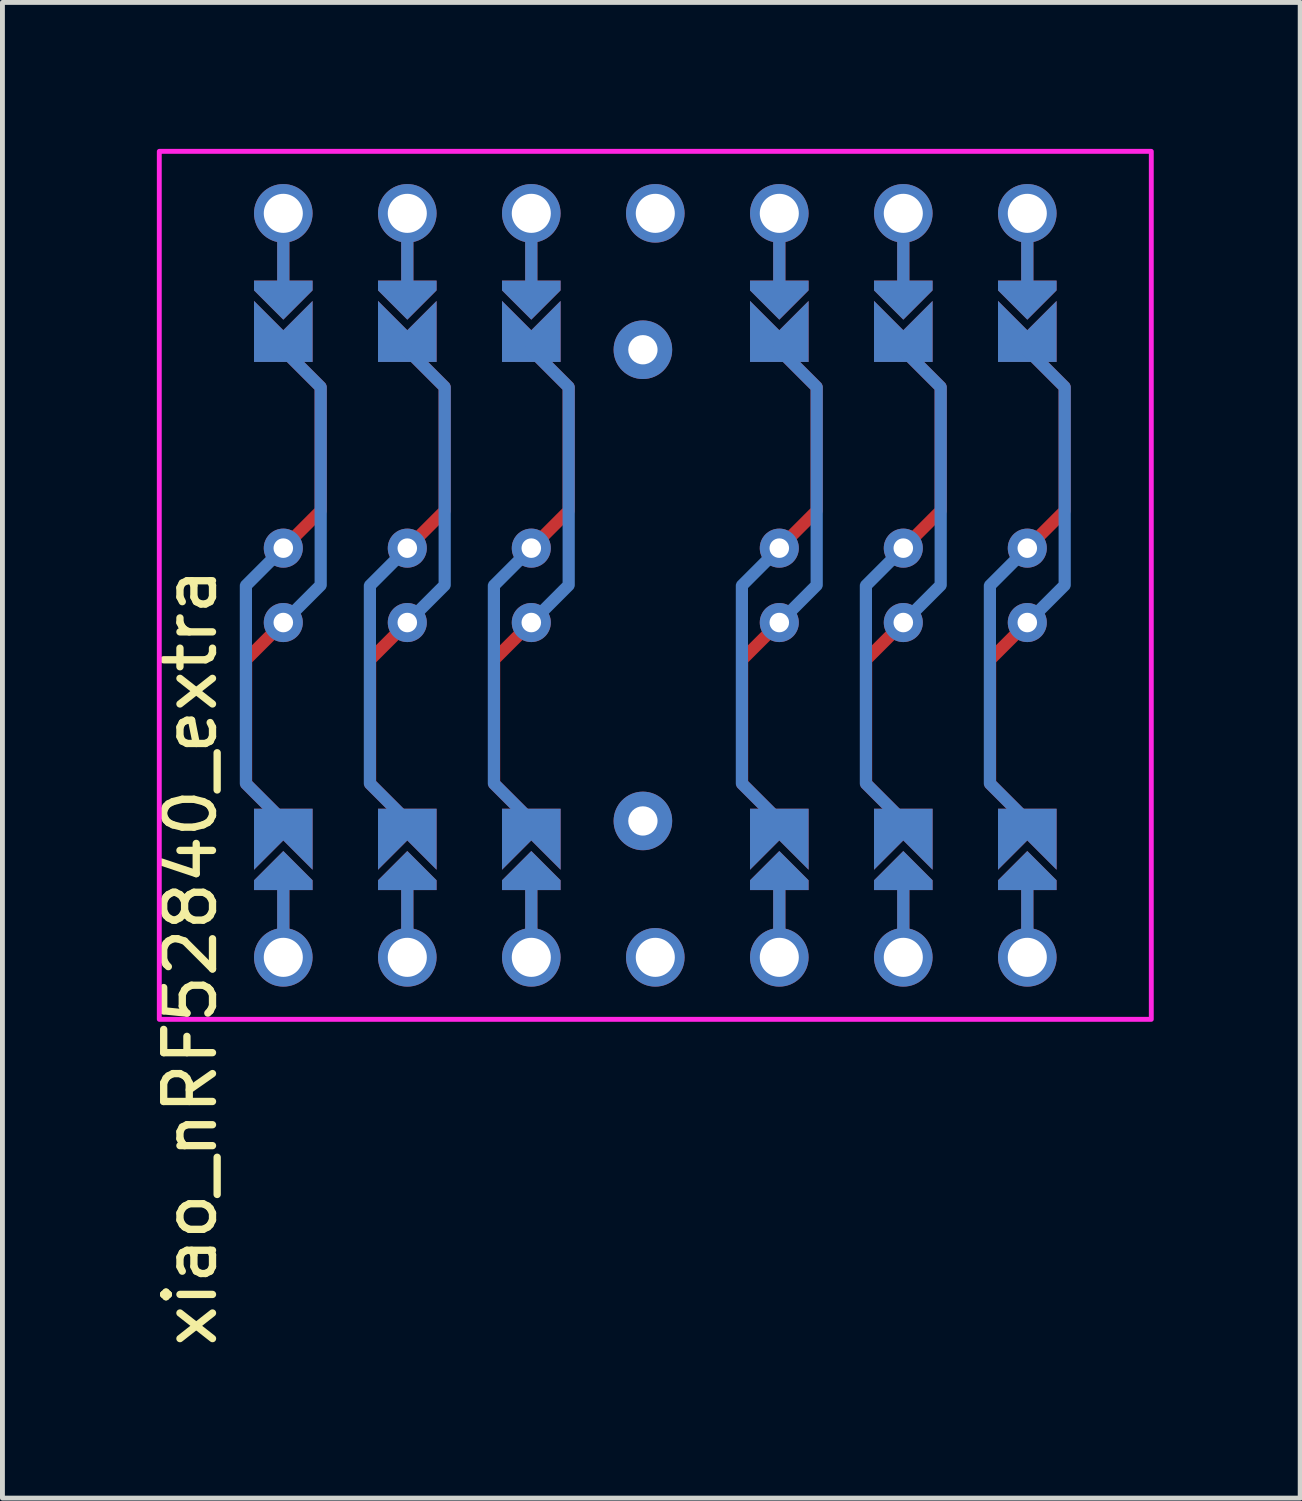
<source format=kicad_pcb>
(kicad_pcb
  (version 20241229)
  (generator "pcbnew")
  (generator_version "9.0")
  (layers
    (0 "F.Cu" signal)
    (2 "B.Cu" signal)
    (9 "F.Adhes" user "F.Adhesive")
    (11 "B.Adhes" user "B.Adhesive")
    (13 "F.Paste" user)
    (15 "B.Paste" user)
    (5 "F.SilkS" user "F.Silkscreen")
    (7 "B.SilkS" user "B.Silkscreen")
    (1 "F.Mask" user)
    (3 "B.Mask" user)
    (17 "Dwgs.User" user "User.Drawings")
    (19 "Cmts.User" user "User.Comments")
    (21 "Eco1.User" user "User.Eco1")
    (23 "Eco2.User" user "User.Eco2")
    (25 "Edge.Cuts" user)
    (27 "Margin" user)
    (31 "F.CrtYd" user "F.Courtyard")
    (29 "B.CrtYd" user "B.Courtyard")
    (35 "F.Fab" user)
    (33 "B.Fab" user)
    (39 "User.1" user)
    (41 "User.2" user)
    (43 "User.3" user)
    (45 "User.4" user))
  (footprint "xiao_nRF52840_extra"
    (layer "F.Cu")
    (at 10.373 8.94)
    (property "Reference" "xiao_nRF52840_extra" (at -9.525 7.62 90) (layer "F.SilkS") (effects (font (size 1 1) (thickness 0.15))))
    (attr through_hole)
    (fp_circle (center -7.62 -0.762) (end -7.495 -0.762) (stroke (width 0.25) (type solid)) (fill no) (layer "F.Mask"))
    (fp_circle (center -7.62 0.762) (end -7.495 0.762) (stroke (width 0.25) (type solid)) (fill no) (layer "F.Mask"))
    (fp_circle (center -5.08 -0.762) (end -4.955 -0.762) (stroke (width 0.25) (type solid)) (fill no) (layer "F.Mask"))
    (fp_circle (center -5.08 0.762) (end -4.955 0.762) (stroke (width 0.25) (type solid)) (fill no) (layer "F.Mask"))
    (fp_circle (center -2.54 -0.762) (end -2.415 -0.762) (stroke (width 0.25) (type solid)) (fill no) (layer "F.Mask"))
    (fp_circle (center -2.54 0.762) (end -2.415 0.762) (stroke (width 0.25) (type solid)) (fill no) (layer "F.Mask"))
    (fp_circle (center 2.54 -0.762) (end 2.665 -0.762) (stroke (width 0.25) (type solid)) (fill no) (layer "F.Mask"))
    (fp_circle (center 2.54 0.762) (end 2.665 0.762) (stroke (width 0.25) (type solid)) (fill no) (layer "F.Mask"))
    (fp_circle (center 5.08 -0.762) (end 5.205 -0.762) (stroke (width 0.25) (type solid)) (fill no) (layer "F.Mask"))
    (fp_circle (center 5.08 0.762) (end 5.205 0.762) (stroke (width 0.25) (type solid)) (fill no) (layer "F.Mask"))
    (fp_circle (center 7.62 -0.762) (end 7.745 -0.762) (stroke (width 0.25) (type solid)) (fill no) (layer "F.Mask"))
    (fp_circle (center 7.62 0.762) (end 7.745 0.762) (stroke (width 0.25) (type solid)) (fill no) (layer "F.Mask"))
    (fp_poly (pts (xy -8.128 5.08) (xy -7.112 5.08) (xy -7.112 6.096) (xy -8.128 6.096)) (stroke (width 0.1) (type solid)) (fill yes) (layer "F.Mask"))
    (fp_poly (pts (xy -7.112 -5.08) (xy -8.128 -5.08) (xy -8.128 -6.096) (xy -7.112 -6.096)) (stroke (width 0.1) (type solid)) (fill yes) (layer "F.Mask"))
    (fp_poly (pts (xy -5.588 5.08) (xy -4.572 5.08) (xy -4.572 6.096) (xy -5.588 6.096)) (stroke (width 0.1) (type solid)) (fill yes) (layer "F.Mask"))
    (fp_poly (pts (xy -4.572 -5.08) (xy -5.588 -5.08) (xy -5.588 -6.096) (xy -4.572 -6.096)) (stroke (width 0.1) (type solid)) (fill yes) (layer "F.Mask"))
    (fp_poly (pts (xy -3.048 5.08) (xy -2.032 5.08) (xy -2.032 6.096) (xy -3.048 6.096)) (stroke (width 0.1) (type solid)) (fill yes) (layer "F.Mask"))
    (fp_poly (pts (xy -3.048 5.08) (xy -2.032 5.08) (xy -2.032 6.096) (xy -3.048 6.096)) (stroke (width 0.1) (type solid)) (fill yes) (layer "F.Mask"))
    (fp_poly (pts (xy -2.032 -5.08) (xy -3.048 -5.08) (xy -3.048 -6.096) (xy -2.032 -6.096)) (stroke (width 0.1) (type solid)) (fill yes) (layer "F.Mask"))
    (fp_poly (pts (xy 2.032 5.08) (xy 3.048 5.08) (xy 3.048 6.096) (xy 2.032 6.096)) (stroke (width 0.1) (type solid)) (fill yes) (layer "F.Mask"))
    (fp_poly (pts (xy 3.048 -5.08) (xy 2.032 -5.08) (xy 2.032 -6.096) (xy 3.048 -6.096)) (stroke (width 0.1) (type solid)) (fill yes) (layer "F.Mask"))
    (fp_poly (pts (xy 4.572 5.08) (xy 5.588 5.08) (xy 5.588 6.096) (xy 4.572 6.096)) (stroke (width 0.1) (type solid)) (fill yes) (layer "F.Mask"))
    (fp_poly (pts (xy 5.588 -5.08) (xy 4.572 -5.08) (xy 4.572 -6.096) (xy 5.588 -6.096)) (stroke (width 0.1) (type solid)) (fill yes) (layer "F.Mask"))
    (fp_poly (pts (xy 7.112 5.08) (xy 8.128 5.08) (xy 8.128 6.096) (xy 7.112 6.096)) (stroke (width 0.1) (type solid)) (fill yes) (layer "F.Mask"))
    (fp_poly (pts (xy 8.128 -5.08) (xy 7.112 -5.08) (xy 7.112 -6.096) (xy 8.128 -6.096)) (stroke (width 0.1) (type solid)) (fill yes) (layer "F.Mask"))
    (fp_circle (center -7.62 -0.762) (end -7.495 -0.762) (stroke (width 0.25) (type solid)) (fill no) (layer "B.Mask"))
    (fp_circle (center -7.62 0.762) (end -7.495 0.762) (stroke (width 0.25) (type solid)) (fill no) (layer "B.Mask"))
    (fp_circle (center -5.08 -0.762) (end -4.955 -0.762) (stroke (width 0.25) (type solid)) (fill no) (layer "B.Mask"))
    (fp_circle (center -5.08 0.762) (end -4.955 0.762) (stroke (width 0.25) (type solid)) (fill no) (layer "B.Mask"))
    (fp_circle (center -2.54 -0.762) (end -2.415 -0.762) (stroke (width 0.25) (type solid)) (fill no) (layer "B.Mask"))
    (fp_circle (center -2.54 0.762) (end -2.415 0.762) (stroke (width 0.25) (type solid)) (fill no) (layer "B.Mask"))
    (fp_circle (center 2.54 -0.762) (end 2.665 -0.762) (stroke (width 0.25) (type solid)) (fill no) (layer "B.Mask"))
    (fp_circle (center 2.54 0.762) (end 2.665 0.762) (stroke (width 0.25) (type solid)) (fill no) (layer "B.Mask"))
    (fp_circle (center 5.08 -0.762) (end 5.205 -0.762) (stroke (width 0.25) (type solid)) (fill no) (layer "B.Mask"))
    (fp_circle (center 5.08 0.762) (end 5.205 0.762) (stroke (width 0.25) (type solid)) (fill no) (layer "B.Mask"))
    (fp_circle (center 7.62 -0.762) (end 7.745 -0.762) (stroke (width 0.25) (type solid)) (fill no) (layer "B.Mask"))
    (fp_circle (center 7.62 0.762) (end 7.745 0.762) (stroke (width 0.25) (type solid)) (fill no) (layer "B.Mask"))
    (fp_poly (pts (xy -8.128 5.08) (xy -7.112 5.08) (xy -7.112 6.096) (xy -8.128 6.096)) (stroke (width 0.1) (type solid)) (fill yes) (layer "B.Mask"))
    (fp_poly (pts (xy -7.112 -5.08) (xy -8.128 -5.08) (xy -8.128 -6.096) (xy -7.112 -6.096)) (stroke (width 0.1) (type solid)) (fill yes) (layer "B.Mask"))
    (fp_poly (pts (xy -5.588 5.08) (xy -4.572 5.08) (xy -4.572 6.096) (xy -5.588 6.096)) (stroke (width 0.1) (type solid)) (fill yes) (layer "B.Mask"))
    (fp_poly (pts (xy -4.572 -5.08) (xy -5.588 -5.08) (xy -5.588 -6.096) (xy -4.572 -6.096)) (stroke (width 0.1) (type solid)) (fill yes) (layer "B.Mask"))
    (fp_poly (pts (xy -3.048 5.08) (xy -2.032 5.08) (xy -2.032 6.096) (xy -3.048 6.096)) (stroke (width 0.1) (type solid)) (fill yes) (layer "B.Mask"))
    (fp_poly (pts (xy -3.048 5.08) (xy -2.032 5.08) (xy -2.032 6.096) (xy -3.048 6.096)) (stroke (width 0.1) (type solid)) (fill yes) (layer "B.Mask"))
    (fp_poly (pts (xy -2.032 -5.08) (xy -3.048 -5.08) (xy -3.048 -6.096) (xy -2.032 -6.096)) (stroke (width 0.1) (type solid)) (fill yes) (layer "B.Mask"))
    (fp_poly (pts (xy 2.032 5.08) (xy 3.048 5.08) (xy 3.048 6.096) (xy 2.032 6.096)) (stroke (width 0.1) (type solid)) (fill yes) (layer "B.Mask"))
    (fp_poly (pts (xy 3.048 -5.08) (xy 2.032 -5.08) (xy 2.032 -6.096) (xy 3.048 -6.096)) (stroke (width 0.1) (type solid)) (fill yes) (layer "B.Mask"))
    (fp_poly (pts (xy 4.572 5.08) (xy 5.588 5.08) (xy 5.588 6.096) (xy 4.572 6.096)) (stroke (width 0.1) (type solid)) (fill yes) (layer "B.Mask"))
    (fp_poly (pts (xy 5.588 -5.08) (xy 4.572 -5.08) (xy 4.572 -6.096) (xy 5.588 -6.096)) (stroke (width 0.1) (type solid)) (fill yes) (layer "B.Mask"))
    (fp_poly (pts (xy 7.112 5.08) (xy 8.128 5.08) (xy 8.128 6.096) (xy 7.112 6.096)) (stroke (width 0.1) (type solid)) (fill yes) (layer "B.Mask"))
    (fp_poly (pts (xy 8.128 -5.08) (xy 7.112 -5.08) (xy 7.112 -6.096) (xy 8.128 -6.096)) (stroke (width 0.1) (type solid)) (fill yes) (layer "B.Mask"))
    (fp_rect (start -10.16 -8.89) (end 10.16 8.89) (stroke (width 0.1) (type default)) (fill no) (layer "F.CrtYd"))
    (pad "1" smd custom (at -7.62 -4.826) (size 1.2 0.5) (layers "B.Cu" "B.Mask") (options (anchor rect)) (primitives (gr_poly (pts (xy 0.6 0) (xy -0.6 0) (xy -0.6 -1) (xy 0 -0.4) (xy 0.6 -1)) (width 0) (fill yes))))
    (pad "1" smd custom (at -7.62 0.762 180) (size 0.25 0.25) (layers "F.Cu") (options (anchor circle)) (primitives (gr_line (start 0 0) (end 0.762 -0.762) (width 0.25)) (gr_line (start 0.762 -0.762) (end 0.762 -3.302) (width 0.25)) (gr_line (start 0.762 -3.302) (end 0 -4.064) (width 0.25))))
    (pad "1" smd custom (at -7.62 0.762 180) (size 0.25 0.25) (layers "B.Cu") (options (anchor circle)) (primitives (gr_line (start 0 0) (end -0.766 0.766) (width 0.25)) (gr_line (start -0.766 0.766) (end -0.766 4.822) (width 0.25)) (gr_line (start -0.766 4.822) (end 0 5.588) (width 0.25))))
    (pad "1" thru_hole circle (at -7.62 0.762 180) (size 0.8 0.8) (drill 0.4) (layers "*.Cu"))
    (pad "1" smd custom (at -7.62 4.826 180) (size 1.2 0.5) (layers "F.Cu" "F.Mask") (options (anchor rect)) (primitives (gr_poly (pts (xy 0.6 0) (xy -0.6 0) (xy -0.6 -1) (xy 0 -0.4) (xy 0.6 -1)) (width 0) (fill yes))))
    (pad "2" smd custom (at -5.08 -4.826) (size 1.2 0.5) (layers "B.Cu" "B.Mask") (options (anchor rect)) (primitives (gr_poly (pts (xy 0.6 0) (xy -0.6 0) (xy -0.6 -1) (xy 0 -0.4) (xy 0.6 -1)) (width 0) (fill yes))))
    (pad "2" smd custom (at -5.08 0.762 180) (size 0.25 0.25) (layers "F.Cu") (options (anchor circle)) (primitives (gr_line (start 0 0) (end 0.762 -0.762) (width 0.25)) (gr_line (start 0.762 -0.762) (end 0.762 -3.302) (width 0.25)) (gr_line (start 0.762 -3.302) (end 0 -4.064) (width 0.25))))
    (pad "2" smd custom (at -5.08 0.762 180) (size 0.25 0.25) (layers "B.Cu") (options (anchor circle)) (primitives (gr_line (start 0 0) (end -0.766 0.766) (width 0.25)) (gr_line (start -0.766 0.766) (end -0.766 4.822) (width 0.25)) (gr_line (start -0.766 4.822) (end 0 5.588) (width 0.25))))
    (pad "2" thru_hole circle (at -5.08 0.762 180) (size 0.8 0.8) (drill 0.4) (layers "*.Cu"))
    (pad "2" smd custom (at -5.08 4.826 180) (size 1.2 0.5) (layers "F.Cu" "F.Mask") (options (anchor rect)) (primitives (gr_poly (pts (xy 0.6 0) (xy -0.6 0) (xy -0.6 -1) (xy 0 -0.4) (xy 0.6 -1)) (width 0) (fill yes))))
    (pad "3" smd custom (at -2.54 -4.826) (size 1.2 0.5) (layers "B.Cu" "B.Mask") (options (anchor rect)) (primitives (gr_poly (pts (xy 0.6 0) (xy -0.6 0) (xy -0.6 -1) (xy 0 -0.4) (xy 0.6 -1)) (width 0) (fill yes))))
    (pad "3" smd custom (at -2.54 0.762 180) (size 0.25 0.25) (layers "F.Cu") (options (anchor circle)) (primitives (gr_line (start 0 0) (end 0.762 -0.762) (width 0.25)) (gr_line (start 0.762 -0.762) (end 0.762 -3.302) (width 0.25)) (gr_line (start 0.762 -3.302) (end 0 -4.064) (width 0.25))))
    (pad "3" smd custom (at -2.54 0.762 180) (size 0.25 0.25) (layers "B.Cu") (options (anchor circle)) (primitives (gr_line (start 0 0) (end -0.766 0.766) (width 0.25)) (gr_line (start -0.766 0.766) (end -0.766 4.822) (width 0.25)) (gr_line (start -0.766 4.822) (end 0 5.588) (width 0.25))))
    (pad "3" thru_hole circle (at -2.54 0.762 180) (size 0.8 0.8) (drill 0.4) (layers "*.Cu"))
    (pad "3" smd custom (at -2.54 4.826 180) (size 1.2 0.5) (layers "F.Cu" "F.Mask") (options (anchor rect)) (primitives (gr_poly (pts (xy 0.6 0) (xy -0.6 0) (xy -0.6 -1) (xy 0 -0.4) (xy 0.6 -1)) (width 0) (fill yes))))
    (pad "5" smd custom (at 2.54 -4.826) (size 1.2 0.5) (layers "B.Cu" "B.Mask") (options (anchor rect)) (primitives (gr_poly (pts (xy 0.6 0) (xy -0.6 0) (xy -0.6 -1) (xy 0 -0.4) (xy 0.6 -1)) (width 0) (fill yes))))
    (pad "5" smd custom (at 2.54 0.762 180) (size 0.25 0.25) (layers "F.Cu") (options (anchor circle)) (primitives (gr_line (start 0 0) (end 0.762 -0.762) (width 0.25)) (gr_line (start 0.762 -0.762) (end 0.762 -3.302) (width 0.25)) (gr_line (start 0.762 -3.302) (end 0 -4.064) (width 0.25))))
    (pad "5" smd custom (at 2.54 0.762 180) (size 0.25 0.25) (layers "B.Cu") (options (anchor circle)) (primitives (gr_line (start 0 0) (end -0.766 0.766) (width 0.25)) (gr_line (start -0.766 0.766) (end -0.766 4.822) (width 0.25)) (gr_line (start -0.766 4.822) (end 0 5.588) (width 0.25))))
    (pad "5" thru_hole circle (at 2.54 0.762 180) (size 0.8 0.8) (drill 0.4) (layers "*.Cu"))
    (pad "5" smd custom (at 2.54 4.826 180) (size 1.2 0.5) (layers "F.Cu" "F.Mask") (options (anchor rect)) (primitives (gr_poly (pts (xy 0.6 0) (xy -0.6 0) (xy -0.6 -1) (xy 0 -0.4) (xy 0.6 -1)) (width 0) (fill yes))))
    (pad "6" smd custom (at 5.08 -4.826) (size 1.2 0.5) (layers "B.Cu" "B.Mask") (options (anchor rect)) (primitives (gr_poly (pts (xy 0.6 0) (xy -0.6 0) (xy -0.6 -1) (xy 0 -0.4) (xy 0.6 -1)) (width 0) (fill yes))))
    (pad "6" smd custom (at 5.08 0.762 180) (size 0.25 0.25) (layers "F.Cu") (options (anchor circle)) (primitives (gr_line (start 0 0) (end 0.762 -0.762) (width 0.25)) (gr_line (start 0.762 -0.762) (end 0.762 -3.302) (width 0.25)) (gr_line (start 0.762 -3.302) (end 0 -4.064) (width 0.25))))
    (pad "6" smd custom (at 5.08 0.762 180) (size 0.25 0.25) (layers "B.Cu") (options (anchor circle)) (primitives (gr_line (start 0 0) (end -0.766 0.766) (width 0.25)) (gr_line (start -0.766 0.766) (end -0.766 4.822) (width 0.25)) (gr_line (start -0.766 4.822) (end 0 5.588) (width 0.25))))
    (pad "6" thru_hole circle (at 5.08 0.762 180) (size 0.8 0.8) (drill 0.4) (layers "*.Cu"))
    (pad "6" smd custom (at 5.08 4.826 180) (size 1.2 0.5) (layers "F.Cu" "F.Mask") (options (anchor rect)) (primitives (gr_poly (pts (xy 0.6 0) (xy -0.6 0) (xy -0.6 -1) (xy 0 -0.4) (xy 0.6 -1)) (width 0) (fill yes))))
    (pad "7" smd custom (at 7.62 -4.826) (size 1.2 0.5) (layers "B.Cu" "B.Mask") (options (anchor rect)) (primitives (gr_poly (pts (xy 0.6 0) (xy -0.6 0) (xy -0.6 -1) (xy 0 -0.4) (xy 0.6 -1)) (width 0) (fill yes))))
    (pad "7" smd custom (at 7.62 0.762 180) (size 0.25 0.25) (layers "F.Cu") (options (anchor circle)) (primitives (gr_line (start 0 0) (end 0.762 -0.762) (width 0.25)) (gr_line (start 0.762 -0.762) (end 0.762 -3.302) (width 0.25)) (gr_line (start 0.762 -3.302) (end 0 -4.064) (width 0.25))))
    (pad "7" smd custom (at 7.62 0.762 180) (size 0.25 0.25) (layers "B.Cu") (options (anchor circle)) (primitives (gr_line (start 0 0) (end -0.766 0.766) (width 0.25)) (gr_line (start -0.766 0.766) (end -0.766 4.822) (width 0.25)) (gr_line (start -0.766 4.822) (end 0 5.588) (width 0.25))))
    (pad "7" thru_hole circle (at 7.62 0.762 180) (size 0.8 0.8) (drill 0.4) (layers "*.Cu"))
    (pad "7" smd custom (at 7.62 4.826 180) (size 1.2 0.5) (layers "F.Cu" "F.Mask") (options (anchor rect)) (primitives (gr_poly (pts (xy 0.6 0) (xy -0.6 0) (xy -0.6 -1) (xy 0 -0.4) (xy 0.6 -1)) (width 0) (fill yes))))
    (pad "8" smd custom (at 7.62 -4.826) (size 1.2 0.5) (layers "F.Cu" "F.Mask") (options (anchor rect)) (primitives (gr_poly (pts (xy 0.6 0) (xy -0.6 0) (xy -0.6 -1) (xy 0 -0.4) (xy 0.6 -1)) (width 0) (fill yes))))
    (pad "8" smd custom (at 7.62 -0.762) (size 0.25 0.25) (layers "F.Cu") (options (anchor circle)) (primitives (gr_line (start 0 0) (end 0.766 -0.766) (width 0.25)) (gr_line (start 0.766 -0.766) (end 0.766 -3.298) (width 0.25)) (gr_line (start 0.766 -3.298) (end 0 -4.064) (width 0.25))))
    (pad "8" smd custom (at 7.62 -0.762) (size 0.25 0.25) (layers "B.Cu") (options (anchor circle)) (primitives (gr_line (start 0 0) (end -0.766 0.766) (width 0.25)) (gr_line (start -0.766 0.766) (end -0.766 4.822) (width 0.25)) (gr_line (start -0.766 4.822) (end 0 5.588) (width 0.25))))
    (pad "8" thru_hole circle (at 7.62 -0.762 180) (size 0.8 0.8) (drill 0.4) (layers "*.Cu"))
    (pad "8" smd custom (at 7.62 4.826 180) (size 1.2 0.5) (layers "B.Cu" "B.Mask") (options (anchor rect)) (primitives (gr_poly (pts (xy 0.6 0) (xy -0.6 0) (xy -0.6 -1) (xy 0 -0.4) (xy 0.6 -1)) (width 0) (fill yes))))
    (pad "9" smd custom (at 5.08 -4.826) (size 1.2 0.5) (layers "F.Cu" "F.Mask") (options (anchor rect)) (primitives (gr_poly (pts (xy 0.6 0) (xy -0.6 0) (xy -0.6 -1) (xy 0 -0.4) (xy 0.6 -1)) (width 0) (fill yes))))
    (pad "9" smd custom (at 5.08 -0.762) (size 0.25 0.25) (layers "F.Cu") (options (anchor circle)) (primitives (gr_line (start 0 0) (end 0.766 -0.766) (width 0.25)) (gr_line (start 0.766 -0.766) (end 0.766 -3.298) (width 0.25)) (gr_line (start 0.766 -3.298) (end 0 -4.064) (width 0.25))))
    (pad "9" smd custom (at 5.08 -0.762) (size 0.25 0.25) (layers "B.Cu") (options (anchor circle)) (primitives (gr_line (start 0 0) (end -0.766 0.766) (width 0.25)) (gr_line (start -0.766 0.766) (end -0.766 4.822) (width 0.25)) (gr_line (start -0.766 4.822) (end 0 5.588) (width 0.25))))
    (pad "9" thru_hole circle (at 5.08 -0.762 180) (size 0.8 0.8) (drill 0.4) (layers "*.Cu"))
    (pad "9" smd custom (at 5.08 4.826 180) (size 1.2 0.5) (layers "B.Cu" "B.Mask") (options (anchor rect)) (primitives (gr_poly (pts (xy 0.6 0) (xy -0.6 0) (xy -0.6 -1) (xy 0 -0.4) (xy 0.6 -1)) (width 0) (fill yes))))
    (pad "10" smd custom (at 2.54 -4.826) (size 1.2 0.5) (layers "F.Cu" "F.Mask") (options (anchor rect)) (primitives (gr_poly (pts (xy 0.6 0) (xy -0.6 0) (xy -0.6 -1) (xy 0 -0.4) (xy 0.6 -1)) (width 0) (fill yes))))
    (pad "10" smd custom (at 2.54 -0.762) (size 0.25 0.25) (layers "F.Cu") (options (anchor circle)) (primitives (gr_line (start 0 0) (end 0.766 -0.766) (width 0.25)) (gr_line (start 0.766 -0.766) (end 0.766 -3.298) (width 0.25)) (gr_line (start 0.766 -3.298) (end 0 -4.064) (width 0.25))))
    (pad "10" smd custom (at 2.54 -0.762) (size 0.25 0.25) (layers "B.Cu") (options (anchor circle)) (primitives (gr_line (start 0 0) (end -0.766 0.766) (width 0.25)) (gr_line (start -0.766 0.766) (end -0.766 4.822) (width 0.25)) (gr_line (start -0.766 4.822) (end 0 5.588) (width 0.25))))
    (pad "10" thru_hole circle (at 2.54 -0.762 180) (size 0.8 0.8) (drill 0.4) (layers "*.Cu"))
    (pad "10" smd custom (at 2.54 4.826 180) (size 1.2 0.5) (layers "B.Cu" "B.Mask") (options (anchor rect)) (primitives (gr_poly (pts (xy 0.6 0) (xy -0.6 0) (xy -0.6 -1) (xy 0 -0.4) (xy 0.6 -1)) (width 0) (fill yes))))
    (pad "12" smd custom (at -2.54 -4.826) (size 1.2 0.5) (layers "F.Cu" "F.Mask") (options (anchor rect)) (primitives (gr_poly (pts (xy 0.6 0) (xy -0.6 0) (xy -0.6 -1) (xy 0 -0.4) (xy 0.6 -1)) (width 0) (fill yes))))
    (pad "12" smd custom (at -2.54 -0.762) (size 0.25 0.25) (layers "F.Cu") (options (anchor circle)) (primitives (gr_line (start 0 0) (end 0.766 -0.766) (width 0.25)) (gr_line (start 0.766 -0.766) (end 0.766 -3.298) (width 0.25)) (gr_line (start 0.766 -3.298) (end 0 -4.064) (width 0.25))))
    (pad "12" smd custom (at -2.54 -0.762) (size 0.25 0.25) (layers "B.Cu") (options (anchor circle)) (primitives (gr_line (start 0 0) (end -0.766 0.766) (width 0.25)) (gr_line (start -0.766 0.766) (end -0.766 4.822) (width 0.25)) (gr_line (start -0.766 4.822) (end 0 5.588) (width 0.25))))
    (pad "12" thru_hole circle (at -2.54 -0.762 180) (size 0.8 0.8) (drill 0.4) (layers "*.Cu"))
    (pad "12" smd custom (at -2.54 4.826 180) (size 1.2 0.5) (layers "B.Cu" "B.Mask") (options (anchor rect)) (primitives (gr_poly (pts (xy 0.6 0) (xy -0.6 0) (xy -0.6 -1) (xy 0 -0.4) (xy 0.6 -1)) (width 0) (fill yes))))
    (pad "13" smd custom (at -5.08 -4.826) (size 1.2 0.5) (layers "F.Cu" "F.Mask") (options (anchor rect)) (primitives (gr_poly (pts (xy 0.6 0) (xy -0.6 0) (xy -0.6 -1) (xy 0 -0.4) (xy 0.6 -1)) (width 0) (fill yes))))
    (pad "13" smd custom (at -5.08 -0.762) (size 0.25 0.25) (layers "F.Cu") (options (anchor circle)) (primitives (gr_line (start 0 0) (end 0.766 -0.766) (width 0.25)) (gr_line (start 0.766 -0.766) (end 0.766 -3.298) (width 0.25)) (gr_line (start 0.766 -3.298) (end 0 -4.064) (width 0.25))))
    (pad "13" smd custom (at -5.08 -0.762) (size 0.25 0.25) (layers "B.Cu") (options (anchor circle)) (primitives (gr_line (start 0 0) (end -0.766 0.766) (width 0.25)) (gr_line (start -0.766 0.766) (end -0.766 4.822) (width 0.25)) (gr_line (start -0.766 4.822) (end 0 5.588) (width 0.25))))
    (pad "13" thru_hole circle (at -5.08 -0.762 180) (size 0.8 0.8) (drill 0.4) (layers "*.Cu"))
    (pad "13" smd custom (at -5.08 4.826 180) (size 1.2 0.5) (layers "B.Cu" "B.Mask") (options (anchor rect)) (primitives (gr_poly (pts (xy 0.6 0) (xy -0.6 0) (xy -0.6 -1) (xy 0 -0.4) (xy 0.6 -1)) (width 0) (fill yes))))
    (pad "14" smd custom (at -7.62 -4.826) (size 1.2 0.5) (layers "F.Cu" "F.Mask") (options (anchor rect)) (primitives (gr_poly (pts (xy 0.6 0) (xy -0.6 0) (xy -0.6 -1) (xy 0 -0.4) (xy 0.6 -1)) (width 0) (fill yes))))
    (pad "14" smd custom (at -7.62 -0.762) (size 0.25 0.25) (layers "F.Cu") (options (anchor circle)) (primitives (gr_line (start 0 0) (end 0.766 -0.766) (width 0.25)) (gr_line (start 0.766 -0.766) (end 0.766 -3.298) (width 0.25)) (gr_line (start 0.766 -3.298) (end 0 -4.064) (width 0.25))))
    (pad "14" smd custom (at -7.62 -0.762) (size 0.25 0.25) (layers "B.Cu") (options (anchor circle)) (primitives (gr_line (start 0 0) (end -0.766 0.766) (width 0.25)) (gr_line (start -0.766 0.766) (end -0.766 4.822) (width 0.25)) (gr_line (start -0.766 4.822) (end 0 5.588) (width 0.25))))
    (pad "14" thru_hole circle (at -7.62 -0.762 180) (size 0.8 0.8) (drill 0.4) (layers "*.Cu"))
    (pad "14" smd custom (at -7.62 4.826 180) (size 1.2 0.5) (layers "B.Cu" "B.Mask") (options (anchor rect)) (primitives (gr_poly (pts (xy 0.6 0) (xy -0.6 0) (xy -0.6 -1) (xy 0 -0.4) (xy 0.6 -1)) (width 0) (fill yes))))
    (pad "15" thru_hole circle (at -0.254 -4.826) (size 1.2 1.2) (drill 0.6) (layers "*.Cu" "*.Mask"))
    (pad "15" thru_hole circle (at -0.254 4.826) (size 1.2 1.2) (drill 0.6) (layers "*.Cu" "*.Mask"))
    (pad "16" smd custom (at -7.62 5.842 180) (size 0.1 0.1) (layers "F.Cu" "F.Mask") (options (anchor rect)) (primitives (gr_poly (pts (xy 0.6 -0.4) (xy -0.6 -0.4) (xy -0.6 -0.2) (xy 0 0.4) (xy 0.6 -0.2)) (width 0) (fill yes))))
    (pad "16" smd custom (at -7.62 5.842 180) (size 0.1 0.1) (layers "B.Cu" "B.Mask") (options (anchor rect)) (primitives (gr_poly (pts (xy 0.6 -0.4) (xy -0.6 -0.4) (xy -0.6 -0.2) (xy 0 0.4) (xy 0.6 -0.2)) (width 0) (fill yes))))
    (pad "16" smd custom (at -7.62 6.35 180) (size 0.25 1.5) (layers "F.Cu") (options (anchor rect)) (primitives))
    (pad "16" smd custom (at -7.62 6.35 180) (size 0.25 1.5) (layers "B.Cu") (options (anchor rect)) (primitives))
    (pad "16" thru_hole circle (at -7.62 7.62) (size 1.2 1.2) (drill 0.8) (layers "*.Cu" "*.Mask"))
    (pad "17" smd custom (at -5.08 5.842 180) (size 0.1 0.1) (layers "F.Cu" "F.Mask") (options (anchor rect)) (primitives (gr_poly (pts (xy 0.6 -0.4) (xy -0.6 -0.4) (xy -0.6 -0.2) (xy 0 0.4) (xy 0.6 -0.2)) (width 0) (fill yes))))
    (pad "17" smd custom (at -5.08 5.842 180) (size 0.1 0.1) (layers "B.Cu" "B.Mask") (options (anchor rect)) (primitives (gr_poly (pts (xy 0.6 -0.4) (xy -0.6 -0.4) (xy -0.6 -0.2) (xy 0 0.4) (xy 0.6 -0.2)) (width 0) (fill yes))))
    (pad "17" smd custom (at -5.08 6.35 180) (size 0.25 1.5) (layers "F.Cu") (options (anchor rect)) (primitives))
    (pad "17" smd custom (at -5.08 6.35 180) (size 0.25 1.5) (layers "B.Cu") (options (anchor rect)) (primitives))
    (pad "17" thru_hole circle (at -5.08 7.62) (size 1.2 1.2) (drill 0.8) (layers "*.Cu" "*.Mask"))
    (pad "18" smd custom (at -2.54 5.842 180) (size 0.1 0.1) (layers "F.Cu" "F.Mask") (options (anchor rect)) (primitives (gr_poly (pts (xy 0.6 -0.4) (xy -0.6 -0.4) (xy -0.6 -0.2) (xy 0 0.4) (xy 0.6 -0.2)) (width 0) (fill yes))))
    (pad "18" smd custom (at -2.54 5.842 180) (size 0.1 0.1) (layers "B.Cu" "B.Mask") (options (anchor rect)) (primitives (gr_poly (pts (xy 0.6 -0.4) (xy -0.6 -0.4) (xy -0.6 -0.2) (xy 0 0.4) (xy 0.6 -0.2)) (width 0) (fill yes))))
    (pad "18" smd custom (at -2.54 6.35 180) (size 0.25 1.5) (layers "F.Cu") (options (anchor rect)) (primitives))
    (pad "18" smd custom (at -2.54 6.35 180) (size 0.25 1.5) (layers "B.Cu") (options (anchor rect)) (primitives))
    (pad "18" thru_hole circle (at -2.54 7.62) (size 1.2 1.2) (drill 0.8) (layers "*.Cu" "*.Mask"))
    (pad "19" thru_hole circle (at 0 7.62) (size 1.2 1.2) (drill 0.8) (layers "*.Cu" "*.Mask"))
    (pad "20" smd custom (at 2.54 5.842 180) (size 0.1 0.1) (layers "F.Cu" "F.Mask") (options (anchor rect)) (primitives (gr_poly (pts (xy 0.6 -0.4) (xy -0.6 -0.4) (xy -0.6 -0.2) (xy 0 0.4) (xy 0.6 -0.2)) (width 0) (fill yes))))
    (pad "20" smd custom (at 2.54 5.842 180) (size 0.1 0.1) (layers "B.Cu" "B.Mask") (options (anchor rect)) (primitives (gr_poly (pts (xy 0.6 -0.4) (xy -0.6 -0.4) (xy -0.6 -0.2) (xy 0 0.4) (xy 0.6 -0.2)) (width 0) (fill yes))))
    (pad "20" smd custom (at 2.54 6.35 180) (size 0.25 1.5) (layers "F.Cu") (options (anchor rect)) (primitives))
    (pad "20" smd custom (at 2.54 6.35 180) (size 0.25 1.5) (layers "B.Cu") (options (anchor rect)) (primitives))
    (pad "20" thru_hole circle (at 2.54 7.62) (size 1.2 1.2) (drill 0.8) (layers "*.Cu" "*.Mask"))
    (pad "21" smd custom (at 5.08 5.842 180) (size 0.1 0.1) (layers "F.Cu" "F.Mask") (options (anchor rect)) (primitives (gr_poly (pts (xy 0.6 -0.4) (xy -0.6 -0.4) (xy -0.6 -0.2) (xy 0 0.4) (xy 0.6 -0.2)) (width 0) (fill yes))))
    (pad "21" smd custom (at 5.08 5.842 180) (size 0.1 0.1) (layers "B.Cu" "B.Mask") (options (anchor rect)) (primitives (gr_poly (pts (xy 0.6 -0.4) (xy -0.6 -0.4) (xy -0.6 -0.2) (xy 0 0.4) (xy 0.6 -0.2)) (width 0) (fill yes))))
    (pad "21" smd custom (at 5.08 6.35 180) (size 0.25 1.5) (layers "F.Cu") (options (anchor rect)) (primitives))
    (pad "21" smd custom (at 5.08 6.35 180) (size 0.25 1.5) (layers "B.Cu") (options (anchor rect)) (primitives))
    (pad "21" thru_hole circle (at 5.08 7.62) (size 1.2 1.2) (drill 0.8) (layers "*.Cu" "*.Mask"))
    (pad "22" smd custom (at 7.62 5.842 180) (size 0.1 0.1) (layers "F.Cu" "F.Mask") (options (anchor rect)) (primitives (gr_poly (pts (xy 0.6 -0.4) (xy -0.6 -0.4) (xy -0.6 -0.2) (xy 0 0.4) (xy 0.6 -0.2)) (width 0) (fill yes))))
    (pad "22" smd custom (at 7.62 5.842 180) (size 0.1 0.1) (layers "B.Cu" "B.Mask") (options (anchor rect)) (primitives (gr_poly (pts (xy 0.6 -0.4) (xy -0.6 -0.4) (xy -0.6 -0.2) (xy 0 0.4) (xy 0.6 -0.2)) (width 0) (fill yes))))
    (pad "22" smd custom (at 7.62 6.35 180) (size 0.25 1.5) (layers "F.Cu") (options (anchor rect)) (primitives))
    (pad "22" smd custom (at 7.62 6.35 180) (size 0.25 1.5) (layers "B.Cu") (options (anchor rect)) (primitives))
    (pad "22" thru_hole circle (at 7.62 7.62) (size 1.2 1.2) (drill 0.8) (layers "*.Cu" "*.Mask"))
    (pad "23" thru_hole circle (at 7.62 -7.62) (size 1.2 1.2) (drill 0.8) (layers "*.Cu" "*.Mask"))
    (pad "23" smd custom (at 7.62 -6.35) (size 0.25 1.5) (layers "F.Cu") (options (anchor rect)) (primitives))
    (pad "23" smd custom (at 7.62 -6.35) (size 0.25 1.5) (layers "B.Cu") (options (anchor rect)) (primitives))
    (pad "23" smd custom (at 7.62 -5.842) (size 0.1 0.1) (layers "F.Cu" "F.Mask") (options (anchor rect)) (primitives (gr_poly (pts (xy 0.6 -0.4) (xy -0.6 -0.4) (xy -0.6 -0.2) (xy 0 0.4) (xy 0.6 -0.2)) (width 0) (fill yes))))
    (pad "23" smd custom (at 7.62 -5.842) (size 0.1 0.1) (layers "B.Cu" "B.Mask") (options (anchor rect)) (primitives (gr_poly (pts (xy 0.6 -0.4) (xy -0.6 -0.4) (xy -0.6 -0.2) (xy 0 0.4) (xy 0.6 -0.2)) (width 0) (fill yes))))
    (pad "24" thru_hole circle (at 5.08 -7.62) (size 1.2 1.2) (drill 0.8) (layers "*.Cu" "*.Mask"))
    (pad "24" smd custom (at 5.08 -6.35) (size 0.25 1.5) (layers "F.Cu") (options (anchor rect)) (primitives))
    (pad "24" smd custom (at 5.08 -6.35) (size 0.25 1.5) (layers "B.Cu") (options (anchor rect)) (primitives))
    (pad "24" smd custom (at 5.08 -5.842) (size 0.1 0.1) (layers "F.Cu" "F.Mask") (options (anchor rect)) (primitives (gr_poly (pts (xy 0.6 -0.4) (xy -0.6 -0.4) (xy -0.6 -0.2) (xy 0 0.4) (xy 0.6 -0.2)) (width 0) (fill yes))))
    (pad "24" smd custom (at 5.08 -5.842) (size 0.1 0.1) (layers "B.Cu" "B.Mask") (options (anchor rect)) (primitives (gr_poly (pts (xy 0.6 -0.4) (xy -0.6 -0.4) (xy -0.6 -0.2) (xy 0 0.4) (xy 0.6 -0.2)) (width 0) (fill yes))))
    (pad "25" thru_hole circle (at 2.54 -7.62) (size 1.2 1.2) (drill 0.8) (layers "*.Cu" "*.Mask"))
    (pad "25" smd custom (at 2.54 -6.35) (size 0.25 1.5) (layers "F.Cu") (options (anchor rect)) (primitives))
    (pad "25" smd custom (at 2.54 -6.35) (size 0.25 1.5) (layers "B.Cu") (options (anchor rect)) (primitives))
    (pad "25" smd custom (at 2.54 -5.842) (size 0.1 0.1) (layers "F.Cu" "F.Mask") (options (anchor rect)) (primitives (gr_poly (pts (xy 0.6 -0.4) (xy -0.6 -0.4) (xy -0.6 -0.2) (xy 0 0.4) (xy 0.6 -0.2)) (width 0) (fill yes))))
    (pad "25" smd custom (at 2.54 -5.842) (size 0.1 0.1) (layers "B.Cu" "B.Mask") (options (anchor rect)) (primitives (gr_poly (pts (xy 0.6 -0.4) (xy -0.6 -0.4) (xy -0.6 -0.2) (xy 0 0.4) (xy 0.6 -0.2)) (width 0) (fill yes))))
    (pad "26" thru_hole circle (at 0 -7.62) (size 1.2 1.2) (drill 0.8) (layers "*.Cu" "*.Mask"))
    (pad "27" thru_hole circle (at -2.54 -7.62) (size 1.2 1.2) (drill 0.8) (layers "*.Cu" "*.Mask"))
    (pad "27" smd custom (at -2.54 -6.35) (size 0.25 1.5) (layers "F.Cu") (options (anchor rect)) (primitives))
    (pad "27" smd custom (at -2.54 -6.35) (size 0.25 1.5) (layers "B.Cu") (options (anchor rect)) (primitives))
    (pad "27" smd custom (at -2.54 -5.842) (size 0.1 0.1) (layers "F.Cu" "F.Mask") (options (anchor rect)) (primitives (gr_poly (pts (xy 0.6 -0.4) (xy -0.6 -0.4) (xy -0.6 -0.2) (xy 0 0.4) (xy 0.6 -0.2)) (width 0) (fill yes))))
    (pad "27" smd custom (at -2.54 -5.842) (size 0.1 0.1) (layers "B.Cu" "B.Mask") (options (anchor rect)) (primitives (gr_poly (pts (xy 0.6 -0.4) (xy -0.6 -0.4) (xy -0.6 -0.2) (xy 0 0.4) (xy 0.6 -0.2)) (width 0) (fill yes))))
    (pad "28" thru_hole circle (at -5.08 -7.62) (size 1.2 1.2) (drill 0.8) (layers "*.Cu" "*.Mask"))
    (pad "28" smd custom (at -5.08 -6.35) (size 0.25 1.5) (layers "F.Cu") (options (anchor rect)) (primitives))
    (pad "28" smd custom (at -5.08 -6.35) (size 0.25 1.5) (layers "B.Cu") (options (anchor rect)) (primitives))
    (pad "28" smd custom (at -5.08 -5.842) (size 0.1 0.1) (layers "F.Cu" "F.Mask") (options (anchor rect)) (primitives (gr_poly (pts (xy 0.6 -0.4) (xy -0.6 -0.4) (xy -0.6 -0.2) (xy 0 0.4) (xy 0.6 -0.2)) (width 0) (fill yes))))
    (pad "28" smd custom (at -5.08 -5.842) (size 0.1 0.1) (layers "B.Cu" "B.Mask") (options (anchor rect)) (primitives (gr_poly (pts (xy 0.6 -0.4) (xy -0.6 -0.4) (xy -0.6 -0.2) (xy 0 0.4) (xy 0.6 -0.2)) (width 0) (fill yes))))
    (pad "29" thru_hole circle (at -7.62 -7.62) (size 1.2 1.2) (drill 0.8) (layers "*.Cu" "*.Mask"))
    (pad "29" smd custom (at -7.62 -6.35) (size 0.25 1.5) (layers "F.Cu") (options (anchor rect)) (primitives))
    (pad "29" smd custom (at -7.62 -6.35) (size 0.25 1.5) (layers "B.Cu") (options (anchor rect)) (primitives))
    (pad "29" smd custom (at -7.62 -5.842) (size 0.1 0.1) (layers "F.Cu" "F.Mask") (options (anchor rect)) (primitives (gr_poly (pts (xy 0.6 -0.4) (xy -0.6 -0.4) (xy -0.6 -0.2) (xy 0 0.4) (xy 0.6 -0.2)) (width 0) (fill yes))))
    (pad "29" smd custom (at -7.62 -5.842) (size 0.1 0.1) (layers "B.Cu" "B.Mask") (options (anchor rect)) (primitives (gr_poly (pts (xy 0.6 -0.4) (xy -0.6 -0.4) (xy -0.6 -0.2) (xy 0 0.4) (xy 0.6 -0.2)) (width 0) (fill yes)))))
  (gr_rect
    (start -3 -3)
    (end 23.583 27.637)
    (stroke (width 0.1) (type default))
    (fill no)
    (layer "Edge.Cuts")))
</source>
